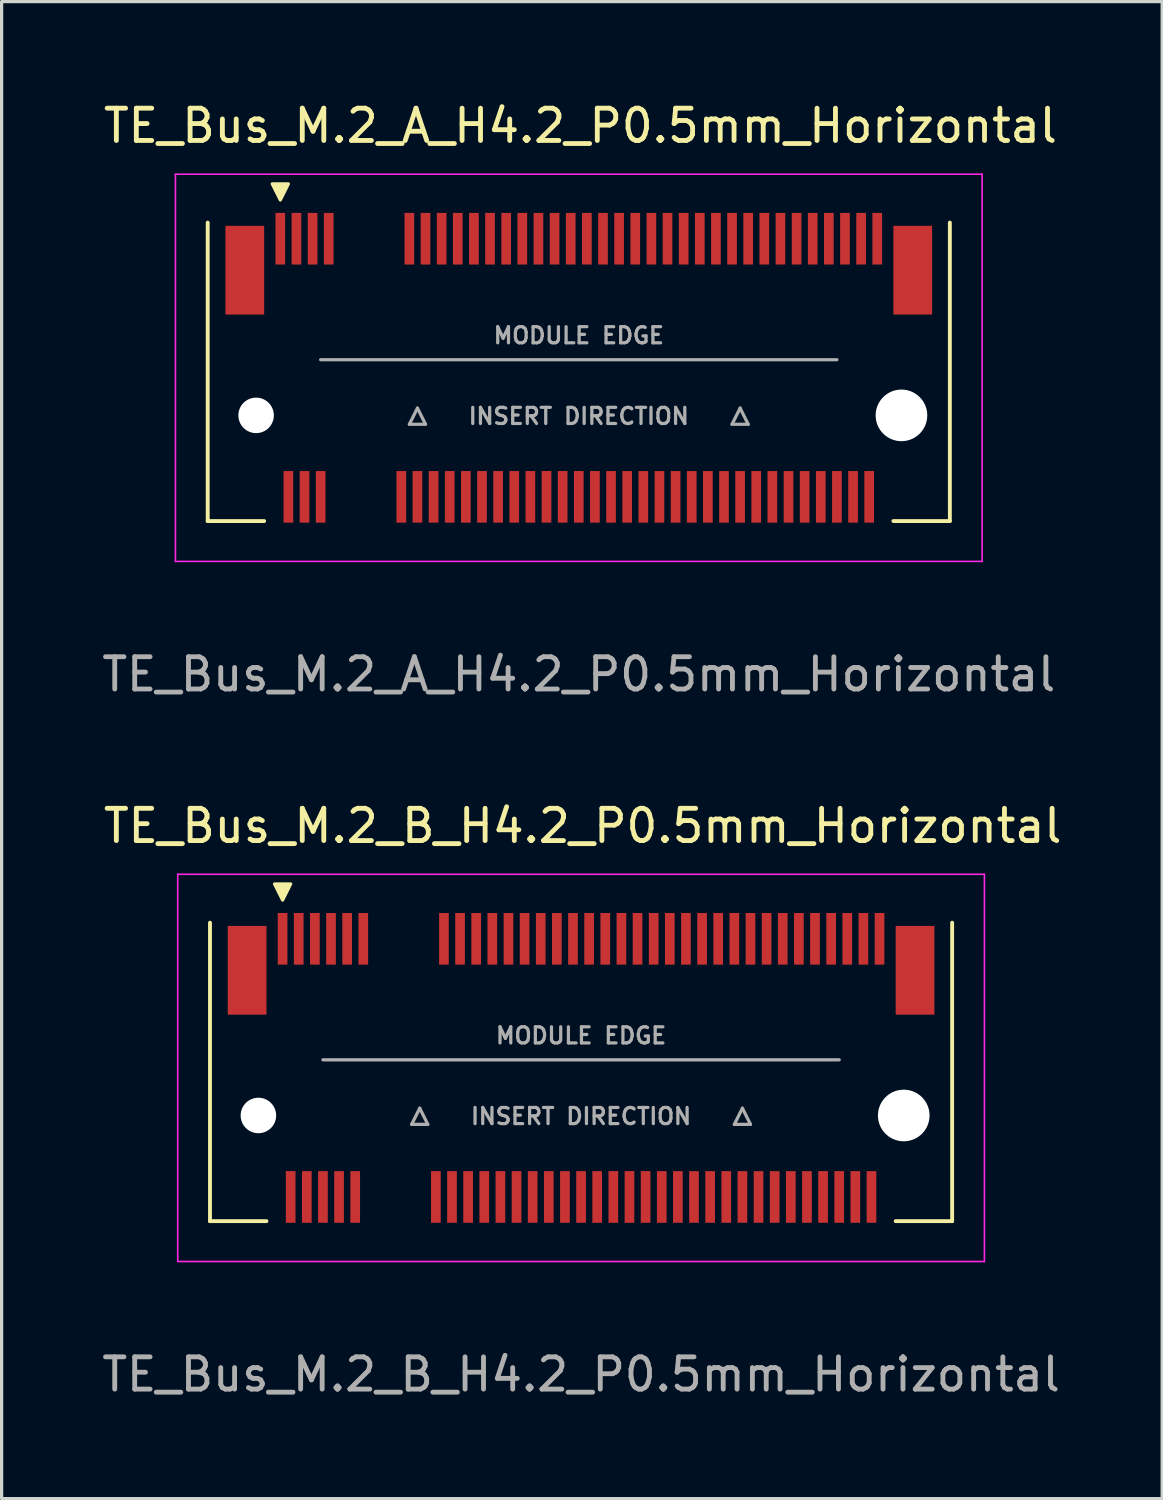
<source format=kicad_pcb>
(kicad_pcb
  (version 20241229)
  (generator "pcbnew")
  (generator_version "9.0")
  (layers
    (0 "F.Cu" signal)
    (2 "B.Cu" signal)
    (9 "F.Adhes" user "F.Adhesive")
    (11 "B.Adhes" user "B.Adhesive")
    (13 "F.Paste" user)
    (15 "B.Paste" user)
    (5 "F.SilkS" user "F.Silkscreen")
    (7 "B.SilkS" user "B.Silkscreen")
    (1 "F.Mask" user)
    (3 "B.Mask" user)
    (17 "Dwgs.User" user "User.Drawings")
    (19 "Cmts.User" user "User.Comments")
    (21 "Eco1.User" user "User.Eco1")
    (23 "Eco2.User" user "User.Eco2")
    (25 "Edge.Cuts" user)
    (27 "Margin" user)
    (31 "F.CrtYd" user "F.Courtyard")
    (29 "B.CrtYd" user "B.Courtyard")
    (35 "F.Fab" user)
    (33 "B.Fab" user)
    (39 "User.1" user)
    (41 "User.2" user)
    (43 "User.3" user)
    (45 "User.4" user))
  (footprint "TE_Bus_M.2_B_H4.2_P0.5mm_Horizontal"
    (layer "F.Cu")
    (at 14.958 30.045)
    (property "Reference" "TE_Bus_M.2_B_H4.2_P0.5mm_Horizontal" (at 0.05 -7.5 0) (layer "F.SilkS") (effects (font (size 1 1) (thickness 0.15))))
    (attr smd)
    (fp_line (start -11.5 4.75) (end -11.5 -4.5) (stroke (width 0.12) (type solid)) (layer "F.SilkS"))
    (fp_line (start -9.75 4.75) (end -11.5 4.75) (stroke (width 0.12) (type solid)) (layer "F.SilkS"))
    (fp_line (start 11.5 4.75) (end 9.75 4.75) (stroke (width 0.12) (type solid)) (layer "F.SilkS"))
    (fp_line (start 11.5 4.75) (end 11.5 -4.5) (stroke (width 0.12) (type solid)) (layer "F.SilkS"))
    (fp_poly (pts (xy -9.25 -5.2) (xy -9.5 -5.7) (xy -9 -5.7)) (stroke (width 0.1) (type solid)) (fill yes) (layer "F.SilkS"))
    (fp_line (start -12.5 -6) (end -12.5 6) (stroke (width 0.05) (type solid)) (layer "F.CrtYd"))
    (fp_line (start -12.5 6) (end 12.5 6) (stroke (width 0.05) (type solid)) (layer "F.CrtYd"))
    (fp_line (start 12.5 -6) (end -12.5 -6) (stroke (width 0.05) (type solid)) (layer "F.CrtYd"))
    (fp_line (start 12.5 6) (end 12.5 -6) (stroke (width 0.05) (type solid)) (layer "F.CrtYd"))
    (fp_line (start -5.25 1.75) (end -4.75 1.75) (stroke (width 0.1) (type solid)) (layer "F.Fab"))
    (fp_line (start -5 1.25) (end -5.25 1.75) (stroke (width 0.1) (type solid)) (layer "F.Fab"))
    (fp_line (start -4.75 1.75) (end -5 1.25) (stroke (width 0.1) (type solid)) (layer "F.Fab"))
    (fp_line (start 4.75 1.75) (end 5.25 1.75) (stroke (width 0.1) (type solid)) (layer "F.Fab"))
    (fp_line (start 5 1.25) (end 4.75 1.75) (stroke (width 0.1) (type solid)) (layer "F.Fab"))
    (fp_line (start 5.25 1.75) (end 5 1.25) (stroke (width 0.1) (type solid)) (layer "F.Fab"))
    (fp_line (start 8 -0.25) (end -8 -0.25) (stroke (width 0.1) (type solid)) (layer "F.Fab"))
    (fp_text user "INSERT DIRECTION" (at 0 1.5 0) (layer "F.Fab") (effects (font (size 0.5 0.5) (thickness 0.1))))
    (fp_text user "MODULE EDGE" (at 0 -1 0) (layer "F.Fab") (effects (font (size 0.5 0.5) (thickness 0.1))))
    (fp_text user "${REFERENCE}" (at 0 9.5 0) (layer "F.Fab") (effects (font (size 1 1) (thickness 0.15))))
    (pad "" smd rect (at -10.35 -3.025) (size 1.2 2.75) (layers "F.Cu" "F.Mask" "F.Paste"))
    (pad "" np_thru_hole circle (at -10 1.475) (size 1.1 1.1) (drill 1.1) (layers "*.Cu" "*.Mask"))
    (pad "" np_thru_hole circle (at 10 1.475) (size 1.6 1.6) (drill 1.6) (layers "*.Cu" "*.Mask"))
    (pad "" smd rect (at 10.35 -3.025) (size 1.2 2.75) (layers "F.Cu" "F.Mask" "F.Paste"))
    (pad "1" smd rect (at -9.25 -4) (size 0.3 1.6) (layers "F.Cu" "F.Mask" "F.Paste"))
    (pad "2" smd rect (at -9 4) (size 0.3 1.6) (layers "F.Cu" "F.Mask" "F.Paste"))
    (pad "3" smd rect (at -8.75 -4) (size 0.3 1.6) (layers "F.Cu" "F.Mask" "F.Paste"))
    (pad "4" smd rect (at -8.5 4) (size 0.3 1.6) (layers "F.Cu" "F.Mask" "F.Paste"))
    (pad "5" smd rect (at -8.25 -4) (size 0.3 1.6) (layers "F.Cu" "F.Mask" "F.Paste"))
    (pad "6" smd rect (at -8 4) (size 0.3 1.6) (layers "F.Cu" "F.Mask" "F.Paste"))
    (pad "7" smd rect (at -7.75 -4) (size 0.3 1.6) (layers "F.Cu" "F.Mask" "F.Paste"))
    (pad "8" smd rect (at -7.5 4) (size 0.3 1.6) (layers "F.Cu" "F.Mask" "F.Paste"))
    (pad "9" smd rect (at -7.25 -4) (size 0.3 1.6) (layers "F.Cu" "F.Mask" "F.Paste"))
    (pad "10" smd rect (at -7 4) (size 0.3 1.6) (layers "F.Cu" "F.Mask" "F.Paste"))
    (pad "11" smd rect (at -6.75 -4) (size 0.3 1.6) (layers "F.Cu" "F.Mask" "F.Paste"))
    (pad "20" smd rect (at -4.5 4) (size 0.3 1.6) (layers "F.Cu" "F.Mask" "F.Paste"))
    (pad "21" smd rect (at -4.25 -4) (size 0.3 1.6) (layers "F.Cu" "F.Mask" "F.Paste"))
    (pad "22" smd rect (at -4 4) (size 0.3 1.6) (layers "F.Cu" "F.Mask" "F.Paste"))
    (pad "23" smd rect (at -3.75 -4) (size 0.3 1.6) (layers "F.Cu" "F.Mask" "F.Paste"))
    (pad "24" smd rect (at -3.5 4) (size 0.3 1.6) (layers "F.Cu" "F.Mask" "F.Paste"))
    (pad "25" smd rect (at -3.25 -4) (size 0.3 1.6) (layers "F.Cu" "F.Mask" "F.Paste"))
    (pad "26" smd rect (at -3 4) (size 0.3 1.6) (layers "F.Cu" "F.Mask" "F.Paste"))
    (pad "27" smd rect (at -2.75 -4) (size 0.3 1.6) (layers "F.Cu" "F.Mask" "F.Paste"))
    (pad "28" smd rect (at -2.5 4) (size 0.3 1.6) (layers "F.Cu" "F.Mask" "F.Paste"))
    (pad "29" smd rect (at -2.25 -4) (size 0.3 1.6) (layers "F.Cu" "F.Mask" "F.Paste"))
    (pad "30" smd rect (at -2 4) (size 0.3 1.6) (layers "F.Cu" "F.Mask" "F.Paste"))
    (pad "31" smd rect (at -1.75 -4) (size 0.3 1.6) (layers "F.Cu" "F.Mask" "F.Paste"))
    (pad "32" smd rect (at -1.5 4) (size 0.3 1.6) (layers "F.Cu" "F.Mask" "F.Paste"))
    (pad "33" smd rect (at -1.25 -4) (size 0.3 1.6) (layers "F.Cu" "F.Mask" "F.Paste"))
    (pad "34" smd rect (at -1 4) (size 0.3 1.6) (layers "F.Cu" "F.Mask" "F.Paste"))
    (pad "35" smd rect (at -0.75 -4) (size 0.3 1.6) (layers "F.Cu" "F.Mask" "F.Paste"))
    (pad "36" smd rect (at -0.5 4) (size 0.3 1.6) (layers "F.Cu" "F.Mask" "F.Paste"))
    (pad "37" smd rect (at -0.25 -4) (size 0.3 1.6) (layers "F.Cu" "F.Mask" "F.Paste"))
    (pad "38" smd rect (at 0 4) (size 0.3 1.6) (layers "F.Cu" "F.Mask" "F.Paste"))
    (pad "39" smd rect (at 0.25 -4) (size 0.3 1.6) (layers "F.Cu" "F.Mask" "F.Paste"))
    (pad "40" smd rect (at 0.5 4) (size 0.3 1.6) (layers "F.Cu" "F.Mask" "F.Paste"))
    (pad "41" smd rect (at 0.75 -4) (size 0.3 1.6) (layers "F.Cu" "F.Mask" "F.Paste"))
    (pad "42" smd rect (at 1 4) (size 0.3 1.6) (layers "F.Cu" "F.Mask" "F.Paste"))
    (pad "43" smd rect (at 1.25 -4) (size 0.3 1.6) (layers "F.Cu" "F.Mask" "F.Paste"))
    (pad "44" smd rect (at 1.5 4) (size 0.3 1.6) (layers "F.Cu" "F.Mask" "F.Paste"))
    (pad "45" smd rect (at 1.75 -4) (size 0.3 1.6) (layers "F.Cu" "F.Mask" "F.Paste"))
    (pad "46" smd rect (at 2 4) (size 0.3 1.6) (layers "F.Cu" "F.Mask" "F.Paste"))
    (pad "47" smd rect (at 2.25 -4) (size 0.3 1.6) (layers "F.Cu" "F.Mask" "F.Paste"))
    (pad "48" smd rect (at 2.5 4) (size 0.3 1.6) (layers "F.Cu" "F.Mask" "F.Paste"))
    (pad "49" smd rect (at 2.75 -4) (size 0.3 1.6) (layers "F.Cu" "F.Mask" "F.Paste"))
    (pad "50" smd rect (at 3 4) (size 0.3 1.6) (layers "F.Cu" "F.Mask" "F.Paste"))
    (pad "51" smd rect (at 3.25 -4) (size 0.3 1.6) (layers "F.Cu" "F.Mask" "F.Paste"))
    (pad "52" smd rect (at 3.5 4) (size 0.3 1.6) (layers "F.Cu" "F.Mask" "F.Paste"))
    (pad "53" smd rect (at 3.75 -4) (size 0.3 1.6) (layers "F.Cu" "F.Mask" "F.Paste"))
    (pad "54" smd rect (at 4 4) (size 0.3 1.6) (layers "F.Cu" "F.Mask" "F.Paste"))
    (pad "55" smd rect (at 4.25 -4) (size 0.3 1.6) (layers "F.Cu" "F.Mask" "F.Paste"))
    (pad "56" smd rect (at 4.5 4) (size 0.3 1.6) (layers "F.Cu" "F.Mask" "F.Paste"))
    (pad "57" smd rect (at 4.75 -4) (size 0.3 1.6) (layers "F.Cu" "F.Mask" "F.Paste"))
    (pad "58" smd rect (at 5 4) (size 0.3 1.6) (layers "F.Cu" "F.Mask" "F.Paste"))
    (pad "59" smd rect (at 5.25 -4) (size 0.3 1.6) (layers "F.Cu" "F.Mask" "F.Paste"))
    (pad "60" smd rect (at 5.5 4) (size 0.3 1.6) (layers "F.Cu" "F.Mask" "F.Paste"))
    (pad "61" smd rect (at 5.75 -4) (size 0.3 1.6) (layers "F.Cu" "F.Mask" "F.Paste"))
    (pad "62" smd rect (at 6 4) (size 0.3 1.6) (layers "F.Cu" "F.Mask" "F.Paste"))
    (pad "63" smd rect (at 6.25 -4) (size 0.3 1.6) (layers "F.Cu" "F.Mask" "F.Paste"))
    (pad "64" smd rect (at 6.5 4) (size 0.3 1.6) (layers "F.Cu" "F.Mask" "F.Paste"))
    (pad "65" smd rect (at 6.75 -4) (size 0.3 1.6) (layers "F.Cu" "F.Mask" "F.Paste"))
    (pad "66" smd rect (at 7 4) (size 0.3 1.6) (layers "F.Cu" "F.Mask" "F.Paste"))
    (pad "67" smd rect (at 7.25 -4) (size 0.3 1.6) (layers "F.Cu" "F.Mask" "F.Paste"))
    (pad "68" smd rect (at 7.5 4) (size 0.3 1.6) (layers "F.Cu" "F.Mask" "F.Paste"))
    (pad "69" smd rect (at 7.75 -4) (size 0.3 1.6) (layers "F.Cu" "F.Mask" "F.Paste"))
    (pad "70" smd rect (at 8 4) (size 0.3 1.6) (layers "F.Cu" "F.Mask" "F.Paste"))
    (pad "71" smd rect (at 8.25 -4) (size 0.3 1.6) (layers "F.Cu" "F.Mask" "F.Paste"))
    (pad "72" smd rect (at 8.5 4) (size 0.3 1.6) (layers "F.Cu" "F.Mask" "F.Paste"))
    (pad "73" smd rect (at 8.75 -4) (size 0.3 1.6) (layers "F.Cu" "F.Mask" "F.Paste"))
    (pad "74" smd rect (at 9 4) (size 0.3 1.6) (layers "F.Cu" "F.Mask" "F.Paste"))
    (pad "75" smd rect (at 9.25 -4) (size 0.3 1.6) (layers "F.Cu" "F.Mask" "F.Paste")))
  (footprint "TE_Bus_M.2_A_H4.2_P0.5mm_Horizontal"
    (layer "F.Cu")
    (at 14.887 8.348)
    (property "Reference" "TE_Bus_M.2_A_H4.2_P0.5mm_Horizontal" (at 0.05 -7.5 0) (layer "F.SilkS") (effects (font (size 1 1) (thickness 0.15))))
    (attr smd)
    (fp_line (start -11.5 4.75) (end -11.5 -4.5) (stroke (width 0.12) (type solid)) (layer "F.SilkS"))
    (fp_line (start -9.75 4.75) (end -11.5 4.75) (stroke (width 0.12) (type solid)) (layer "F.SilkS"))
    (fp_line (start 11.5 4.75) (end 9.75 4.75) (stroke (width 0.12) (type solid)) (layer "F.SilkS"))
    (fp_line (start 11.5 4.75) (end 11.5 -4.5) (stroke (width 0.12) (type solid)) (layer "F.SilkS"))
    (fp_poly (pts (xy -9.25 -5.2) (xy -9.5 -5.7) (xy -9 -5.7)) (stroke (width 0.1) (type solid)) (fill yes) (layer "F.SilkS"))
    (fp_line (start -12.5 -6) (end -12.5 6) (stroke (width 0.05) (type solid)) (layer "F.CrtYd"))
    (fp_line (start -12.5 6) (end 12.5 6) (stroke (width 0.05) (type solid)) (layer "F.CrtYd"))
    (fp_line (start 12.5 -6) (end -12.5 -6) (stroke (width 0.05) (type solid)) (layer "F.CrtYd"))
    (fp_line (start 12.5 6) (end 12.5 -6) (stroke (width 0.05) (type solid)) (layer "F.CrtYd"))
    (fp_line (start -5.25 1.75) (end -4.75 1.75) (stroke (width 0.1) (type solid)) (layer "F.Fab"))
    (fp_line (start -5 1.25) (end -5.25 1.75) (stroke (width 0.1) (type solid)) (layer "F.Fab"))
    (fp_line (start -4.75 1.75) (end -5 1.25) (stroke (width 0.1) (type solid)) (layer "F.Fab"))
    (fp_line (start 4.75 1.75) (end 5.25 1.75) (stroke (width 0.1) (type solid)) (layer "F.Fab"))
    (fp_line (start 5 1.25) (end 4.75 1.75) (stroke (width 0.1) (type solid)) (layer "F.Fab"))
    (fp_line (start 5.25 1.75) (end 5 1.25) (stroke (width 0.1) (type solid)) (layer "F.Fab"))
    (fp_line (start 8 -0.25) (end -8 -0.25) (stroke (width 0.1) (type solid)) (layer "F.Fab"))
    (fp_text user "${REFERENCE}" (at 0 9.5 0) (layer "F.Fab") (effects (font (size 1 1) (thickness 0.15))))
    (fp_text user "INSERT DIRECTION" (at 0 1.5 0) (layer "F.Fab") (effects (font (size 0.5 0.5) (thickness 0.1))))
    (fp_text user "MODULE EDGE" (at 0 -1 0) (layer "F.Fab") (effects (font (size 0.5 0.5) (thickness 0.1))))
    (pad "" smd rect (at -10.35 -3.025) (size 1.2 2.75) (layers "F.Cu" "F.Mask" "F.Paste"))
    (pad "" np_thru_hole circle (at -10 1.475) (size 1.1 1.1) (drill 1.1) (layers "*.Cu" "*.Mask"))
    (pad "" np_thru_hole circle (at 10 1.475) (size 1.6 1.6) (drill 1.6) (layers "*.Cu" "*.Mask"))
    (pad "" smd rect (at 10.35 -3.025) (size 1.2 2.75) (layers "F.Cu" "F.Mask" "F.Paste"))
    (pad "1" smd rect (at -9.25 -4) (size 0.3 1.6) (layers "F.Cu" "F.Mask" "F.Paste"))
    (pad "2" smd rect (at -9 4) (size 0.3 1.6) (layers "F.Cu" "F.Mask" "F.Paste"))
    (pad "3" smd rect (at -8.75 -4) (size 0.3 1.6) (layers "F.Cu" "F.Mask" "F.Paste"))
    (pad "4" smd rect (at -8.5 4) (size 0.3 1.6) (layers "F.Cu" "F.Mask" "F.Paste"))
    (pad "5" smd rect (at -8.25 -4) (size 0.3 1.6) (layers "F.Cu" "F.Mask" "F.Paste"))
    (pad "6" smd rect (at -8 4) (size 0.3 1.6) (layers "F.Cu" "F.Mask" "F.Paste"))
    (pad "7" smd rect (at -7.75 -4) (size 0.3 1.6) (layers "F.Cu" "F.Mask" "F.Paste"))
    (pad "16" smd rect (at -5.5 4) (size 0.3 1.6) (layers "F.Cu" "F.Mask" "F.Paste"))
    (pad "17" smd rect (at -5.25 -4) (size 0.3 1.6) (layers "F.Cu" "F.Mask" "F.Paste"))
    (pad "18" smd rect (at -5 4) (size 0.3 1.6) (layers "F.Cu" "F.Mask" "F.Paste"))
    (pad "19" smd rect (at -4.75 -4) (size 0.3 1.6) (layers "F.Cu" "F.Mask" "F.Paste"))
    (pad "20" smd rect (at -4.5 4) (size 0.3 1.6) (layers "F.Cu" "F.Mask" "F.Paste"))
    (pad "21" smd rect (at -4.25 -4) (size 0.3 1.6) (layers "F.Cu" "F.Mask" "F.Paste"))
    (pad "22" smd rect (at -4 4) (size 0.3 1.6) (layers "F.Cu" "F.Mask" "F.Paste"))
    (pad "23" smd rect (at -3.75 -4) (size 0.3 1.6) (layers "F.Cu" "F.Mask" "F.Paste"))
    (pad "24" smd rect (at -3.5 4) (size 0.3 1.6) (layers "F.Cu" "F.Mask" "F.Paste"))
    (pad "25" smd rect (at -3.25 -4) (size 0.3 1.6) (layers "F.Cu" "F.Mask" "F.Paste"))
    (pad "26" smd rect (at -3 4) (size 0.3 1.6) (layers "F.Cu" "F.Mask" "F.Paste"))
    (pad "27" smd rect (at -2.75 -4) (size 0.3 1.6) (layers "F.Cu" "F.Mask" "F.Paste"))
    (pad "28" smd rect (at -2.5 4) (size 0.3 1.6) (layers "F.Cu" "F.Mask" "F.Paste"))
    (pad "29" smd rect (at -2.25 -4) (size 0.3 1.6) (layers "F.Cu" "F.Mask" "F.Paste"))
    (pad "30" smd rect (at -2 4) (size 0.3 1.6) (layers "F.Cu" "F.Mask" "F.Paste"))
    (pad "31" smd rect (at -1.75 -4) (size 0.3 1.6) (layers "F.Cu" "F.Mask" "F.Paste"))
    (pad "32" smd rect (at -1.5 4) (size 0.3 1.6) (layers "F.Cu" "F.Mask" "F.Paste"))
    (pad "33" smd rect (at -1.25 -4) (size 0.3 1.6) (layers "F.Cu" "F.Mask" "F.Paste"))
    (pad "34" smd rect (at -1 4) (size 0.3 1.6) (layers "F.Cu" "F.Mask" "F.Paste"))
    (pad "35" smd rect (at -0.75 -4) (size 0.3 1.6) (layers "F.Cu" "F.Mask" "F.Paste"))
    (pad "36" smd rect (at -0.5 4) (size 0.3 1.6) (layers "F.Cu" "F.Mask" "F.Paste"))
    (pad "37" smd rect (at -0.25 -4) (size 0.3 1.6) (layers "F.Cu" "F.Mask" "F.Paste"))
    (pad "38" smd rect (at 0 4) (size 0.3 1.6) (layers "F.Cu" "F.Mask" "F.Paste"))
    (pad "39" smd rect (at 0.25 -4) (size 0.3 1.6) (layers "F.Cu" "F.Mask" "F.Paste"))
    (pad "40" smd rect (at 0.5 4) (size 0.3 1.6) (layers "F.Cu" "F.Mask" "F.Paste"))
    (pad "41" smd rect (at 0.75 -4) (size 0.3 1.6) (layers "F.Cu" "F.Mask" "F.Paste"))
    (pad "42" smd rect (at 1 4) (size 0.3 1.6) (layers "F.Cu" "F.Mask" "F.Paste"))
    (pad "43" smd rect (at 1.25 -4) (size 0.3 1.6) (layers "F.Cu" "F.Mask" "F.Paste"))
    (pad "44" smd rect (at 1.5 4) (size 0.3 1.6) (layers "F.Cu" "F.Mask" "F.Paste"))
    (pad "45" smd rect (at 1.75 -4) (size 0.3 1.6) (layers "F.Cu" "F.Mask" "F.Paste"))
    (pad "46" smd rect (at 2 4) (size 0.3 1.6) (layers "F.Cu" "F.Mask" "F.Paste"))
    (pad "47" smd rect (at 2.25 -4) (size 0.3 1.6) (layers "F.Cu" "F.Mask" "F.Paste"))
    (pad "48" smd rect (at 2.5 4) (size 0.3 1.6) (layers "F.Cu" "F.Mask" "F.Paste"))
    (pad "49" smd rect (at 2.75 -4) (size 0.3 1.6) (layers "F.Cu" "F.Mask" "F.Paste"))
    (pad "50" smd rect (at 3 4) (size 0.3 1.6) (layers "F.Cu" "F.Mask" "F.Paste"))
    (pad "51" smd rect (at 3.25 -4) (size 0.3 1.6) (layers "F.Cu" "F.Mask" "F.Paste"))
    (pad "52" smd rect (at 3.5 4) (size 0.3 1.6) (layers "F.Cu" "F.Mask" "F.Paste"))
    (pad "53" smd rect (at 3.75 -4) (size 0.3 1.6) (layers "F.Cu" "F.Mask" "F.Paste"))
    (pad "54" smd rect (at 4 4) (size 0.3 1.6) (layers "F.Cu" "F.Mask" "F.Paste"))
    (pad "55" smd rect (at 4.25 -4) (size 0.3 1.6) (layers "F.Cu" "F.Mask" "F.Paste"))
    (pad "56" smd rect (at 4.5 4) (size 0.3 1.6) (layers "F.Cu" "F.Mask" "F.Paste"))
    (pad "57" smd rect (at 4.75 -4) (size 0.3 1.6) (layers "F.Cu" "F.Mask" "F.Paste"))
    (pad "58" smd rect (at 5 4) (size 0.3 1.6) (layers "F.Cu" "F.Mask" "F.Paste"))
    (pad "59" smd rect (at 5.25 -4) (size 0.3 1.6) (layers "F.Cu" "F.Mask" "F.Paste"))
    (pad "60" smd rect (at 5.5 4) (size 0.3 1.6) (layers "F.Cu" "F.Mask" "F.Paste"))
    (pad "61" smd rect (at 5.75 -4) (size 0.3 1.6) (layers "F.Cu" "F.Mask" "F.Paste"))
    (pad "62" smd rect (at 6 4) (size 0.3 1.6) (layers "F.Cu" "F.Mask" "F.Paste"))
    (pad "63" smd rect (at 6.25 -4) (size 0.3 1.6) (layers "F.Cu" "F.Mask" "F.Paste"))
    (pad "64" smd rect (at 6.5 4) (size 0.3 1.6) (layers "F.Cu" "F.Mask" "F.Paste"))
    (pad "65" smd rect (at 6.75 -4) (size 0.3 1.6) (layers "F.Cu" "F.Mask" "F.Paste"))
    (pad "66" smd rect (at 7 4) (size 0.3 1.6) (layers "F.Cu" "F.Mask" "F.Paste"))
    (pad "67" smd rect (at 7.25 -4) (size 0.3 1.6) (layers "F.Cu" "F.Mask" "F.Paste"))
    (pad "68" smd rect (at 7.5 4) (size 0.3 1.6) (layers "F.Cu" "F.Mask" "F.Paste"))
    (pad "69" smd rect (at 7.75 -4) (size 0.3 1.6) (layers "F.Cu" "F.Mask" "F.Paste"))
    (pad "70" smd rect (at 8 4) (size 0.3 1.6) (layers "F.Cu" "F.Mask" "F.Paste"))
    (pad "71" smd rect (at 8.25 -4) (size 0.3 1.6) (layers "F.Cu" "F.Mask" "F.Paste"))
    (pad "72" smd rect (at 8.5 4) (size 0.3 1.6) (layers "F.Cu" "F.Mask" "F.Paste"))
    (pad "73" smd rect (at 8.75 -4) (size 0.3 1.6) (layers "F.Cu" "F.Mask" "F.Paste"))
    (pad "74" smd rect (at 9 4) (size 0.3 1.6) (layers "F.Cu" "F.Mask" "F.Paste"))
    (pad "75" smd rect (at 9.25 -4) (size 0.3 1.6) (layers "F.Cu" "F.Mask" "F.Paste")))
  (gr_rect
    (start -3 -3)
    (end 32.967 43.393)
    (stroke (width 0.1) (type default))
    (fill no)
    (layer "Edge.Cuts")))
</source>
